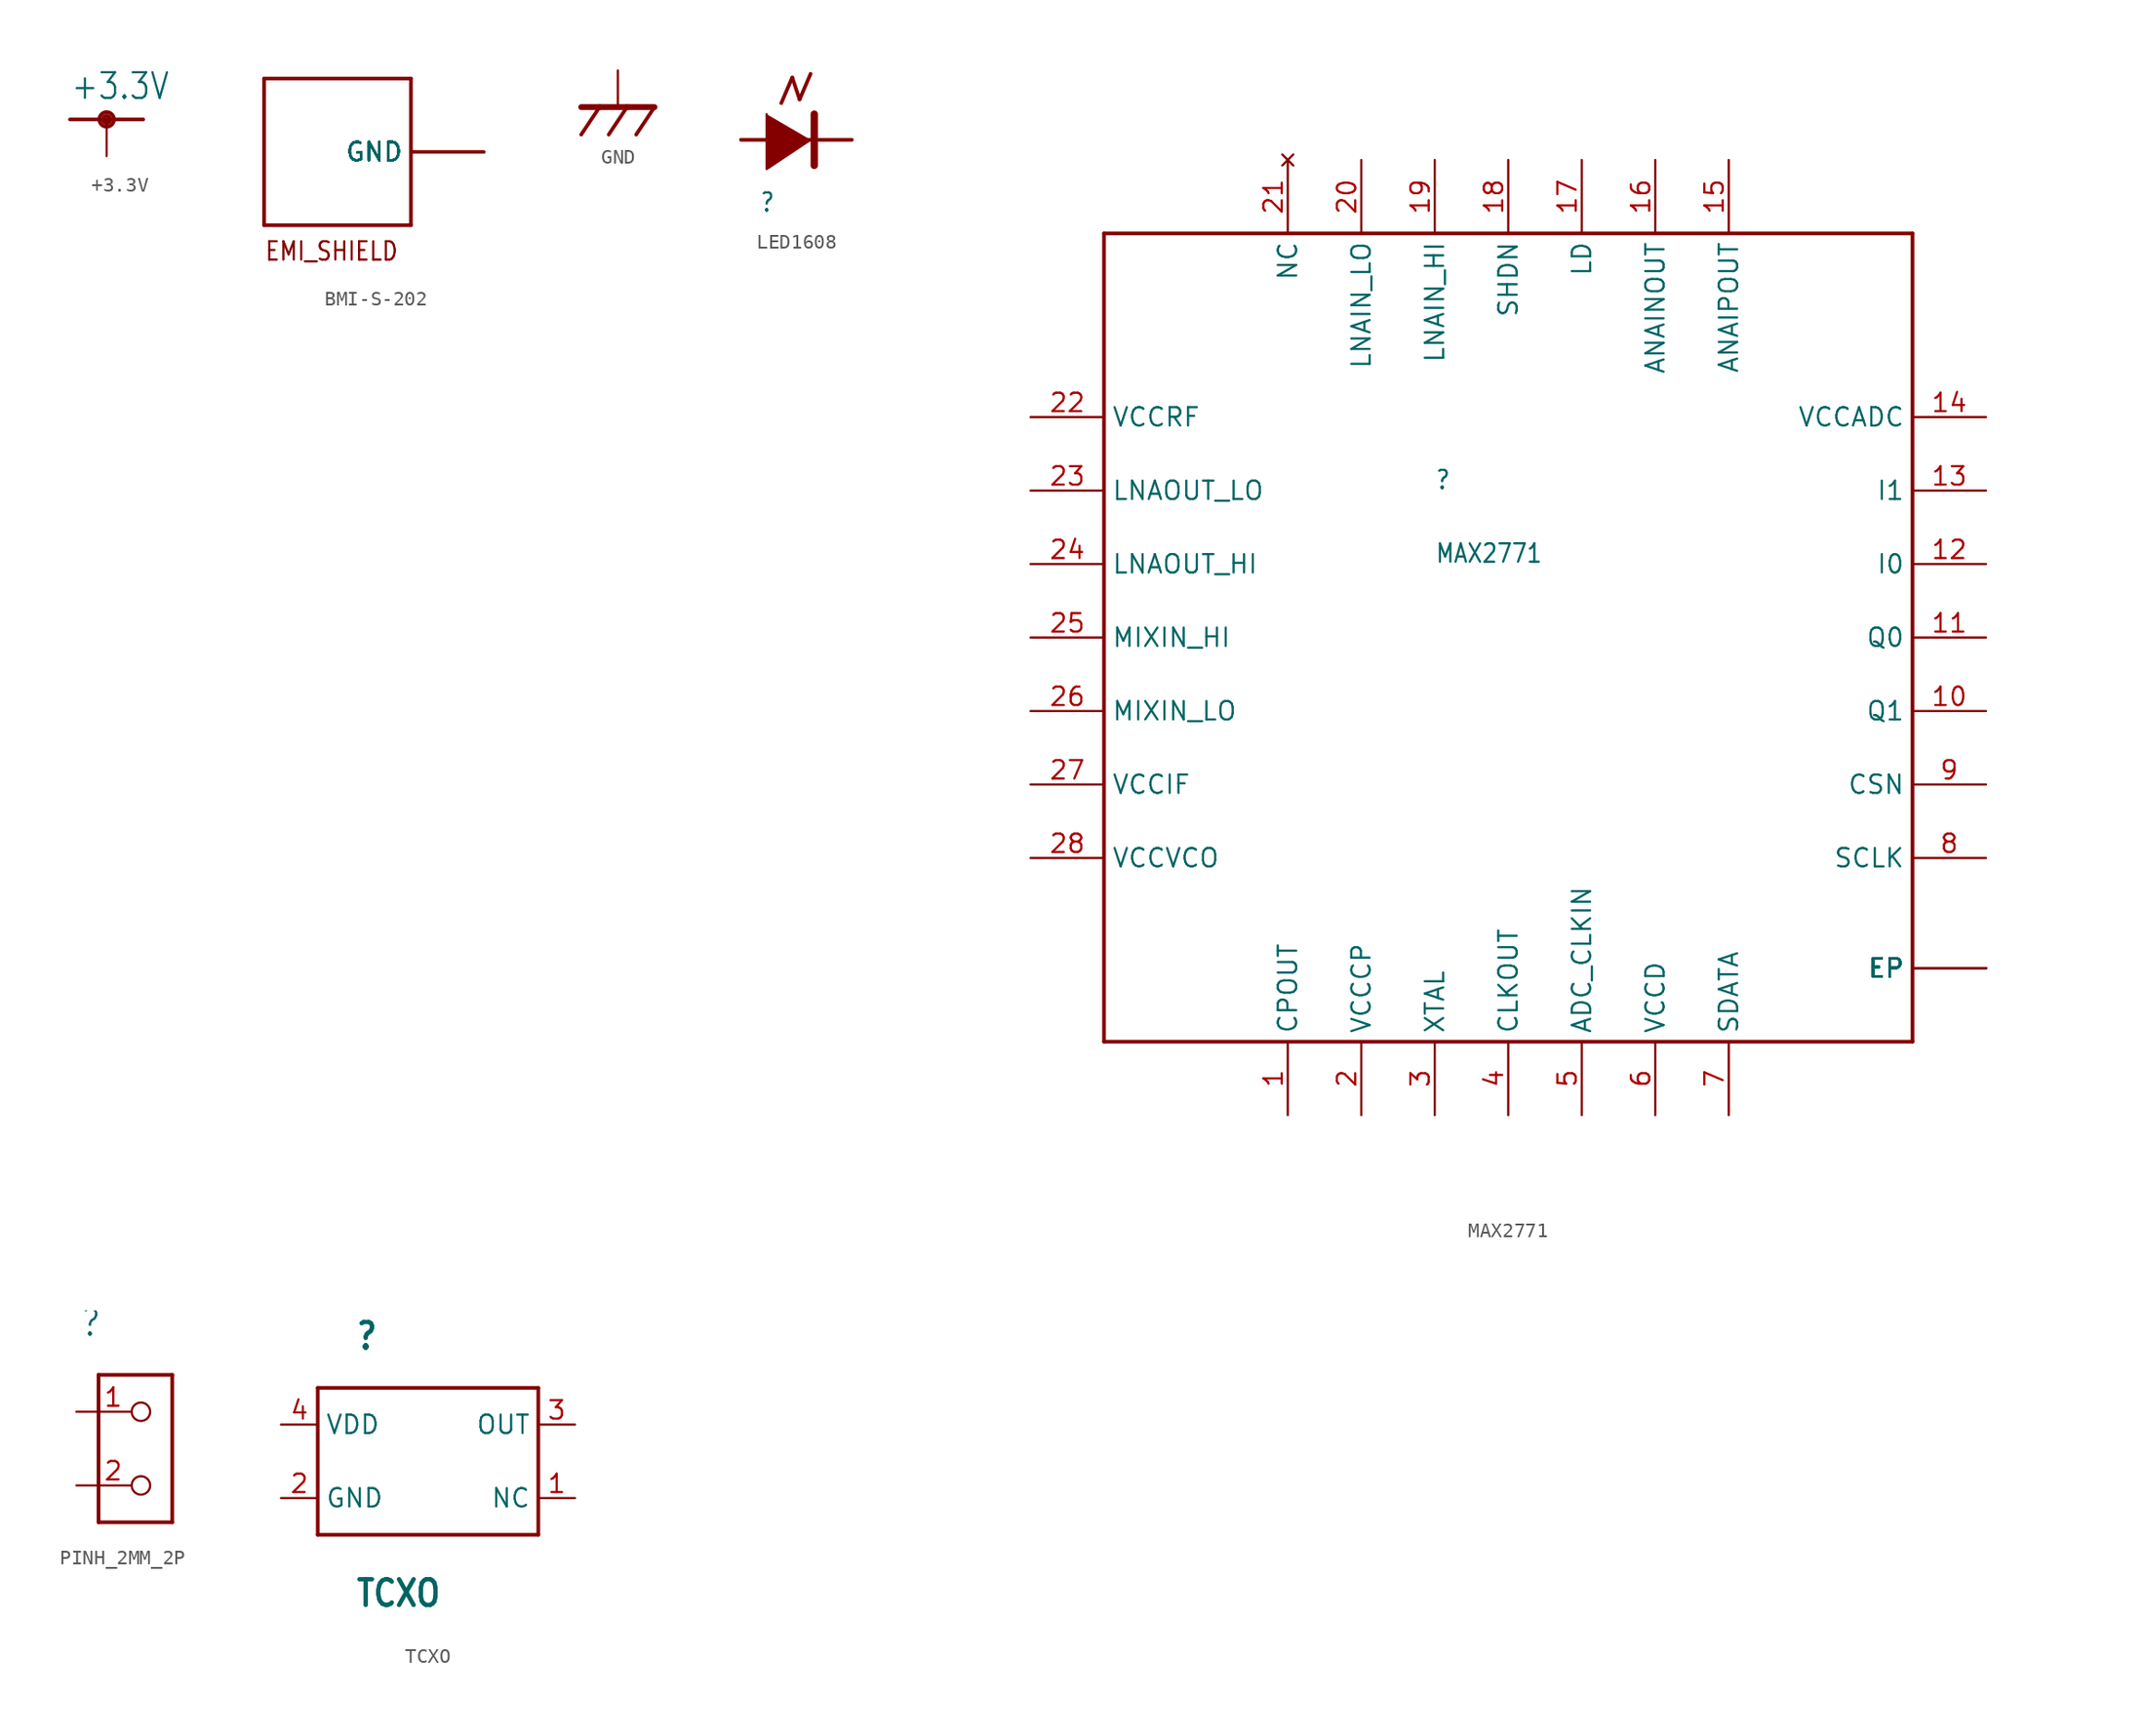
<source format=kicad_sym>
(kicad_symbol_lib
  (version 20211014)
  (generator kicad_symbol_editor)
  (symbol "+3.3V"
    (power)
    (property "Reference" ""
      (at 0 0 0)
      (effects (font (size 1.27 1.27)) hide))
    (property "Value" "+3.3V"
      (at -2.54 1.27 0)
      (effects (font (size 1.778 1.511)) (justify left bottom)))
    (property "ki_locked" ""
      (at 0 0 0)
      (effects (font (size 1.27 1.27))))
    (symbol "+3.3V_1_0"
      (polyline (pts (xy -2.54 0) (xy 2.54 0)) (stroke (width 0.254) (type default) (color 0 0 0 0)) (fill (type none)))
      (circle (center 0 0) (radius 0.254) (stroke (width 0.254) (type default) (color 0 0 0 0)) (fill (type none)))
      (circle (center 0 0) (radius 0.508) (stroke (width 0.254) (type default) (color 0 0 0 0)) (fill (type none)))
      (pin power_in line (at 0 -2.54 90) (length 2.54) (name "+3.3V" (effects (font (size 0 0)))) (number "1" (effects (font (size 0 0)))))))
  (symbol "BMI-S-202"
    (property "Reference" ""
      (at 0 0 0)
      (effects (font (size 1.27 1.27)) hide))
    (property "ki_locked" ""
      (at 0 0 0)
      (effects (font (size 1.27 1.27))))
    (symbol "BMI-S-202_1_0"
      (polyline (pts (xy -5.08 -5.08) (xy 5.08 -5.08)) (stroke (width 0.254) (type default) (color 0 0 0 0)) (fill (type none)))
      (polyline (pts (xy -5.08 5.08) (xy -5.08 -5.08)) (stroke (width 0.254) (type default) (color 0 0 0 0)) (fill (type none)))
      (polyline (pts (xy 5.08 -5.08) (xy 5.08 5.08)) (stroke (width 0.254) (type default) (color 0 0 0 0)) (fill (type none)))
      (polyline (pts (xy 5.08 5.08) (xy -5.08 5.08)) (stroke (width 0.254) (type default) (color 0 0 0 0)) (fill (type none)))
      (text "EMI_SHIELD" (at -5.08 -7.62 0) (effects (font (size 1.27 1.079)) (justify left bottom)))
      (pin bidirectional line (at 10.16 0 180) (length 5.08) (name "GND" (effects (font (size 1.27 1.27)))) (number "P1" (effects (font (size 0 0)))))
      (pin bidirectional line (at 10.16 0 180) (length 5.08) (name "GND" (effects (font (size 1.27 1.27)))) (number "P10" (effects (font (size 0 0)))))
      (pin bidirectional line (at 10.16 0 180) (length 5.08) (name "GND" (effects (font (size 1.27 1.27)))) (number "P11" (effects (font (size 0 0)))))
      (pin bidirectional line (at 10.16 0 180) (length 5.08) (name "GND" (effects (font (size 1.27 1.27)))) (number "P12" (effects (font (size 0 0)))))
      (pin bidirectional line (at 10.16 0 180) (length 5.08) (name "GND" (effects (font (size 1.27 1.27)))) (number "P2" (effects (font (size 0 0)))))
      (pin bidirectional line (at 10.16 0 180) (length 5.08) (name "GND" (effects (font (size 1.27 1.27)))) (number "P3" (effects (font (size 0 0)))))
      (pin bidirectional line (at 10.16 0 180) (length 5.08) (name "GND" (effects (font (size 1.27 1.27)))) (number "P4" (effects (font (size 0 0)))))
      (pin bidirectional line (at 10.16 0 180) (length 5.08) (name "GND" (effects (font (size 1.27 1.27)))) (number "P5" (effects (font (size 0 0)))))
      (pin bidirectional line (at 10.16 0 180) (length 5.08) (name "GND" (effects (font (size 1.27 1.27)))) (number "P6" (effects (font (size 0 0)))))
      (pin bidirectional line (at 10.16 0 180) (length 5.08) (name "GND" (effects (font (size 1.27 1.27)))) (number "P7" (effects (font (size 0 0)))))
      (pin bidirectional line (at 10.16 0 180) (length 5.08) (name "GND" (effects (font (size 1.27 1.27)))) (number "P8" (effects (font (size 0 0)))))
      (pin bidirectional line (at 10.16 0 180) (length 5.08) (name "GND" (effects (font (size 1.27 1.27)))) (number "P9" (effects (font (size 0 0)))))))
  (symbol "GND"
    (power)
    (property "Reference" ""
      (at 0 0 0)
      (effects (font (size 1.27 1.27)) hide))
    (property "ki_locked" ""
      (at 0 0 0)
      (effects (font (size 1.27 1.27))))
    (symbol "GND_1_0"
      (polyline (pts (xy -2.54 -2.54) (xy -1.27 -2.54)) (stroke (width 0.406) (type default) (color 0 0 0 0)) (fill (type none)))
      (polyline (pts (xy -1.27 -2.54) (xy -2.54 -4.445)) (stroke (width 0.254) (type default) (color 0 0 0 0)) (fill (type none)))
      (polyline (pts (xy 0.635 -2.54) (xy -1.27 -2.54)) (stroke (width 0.406) (type default) (color 0 0 0 0)) (fill (type none)))
      (polyline (pts (xy 0.635 -2.54) (xy -0.635 -4.445)) (stroke (width 0.254) (type default) (color 0 0 0 0)) (fill (type none)))
      (polyline (pts (xy 0.635 -2.54) (xy 2.54 -2.54)) (stroke (width 0.406) (type default) (color 0 0 0 0)) (fill (type none)))
      (polyline (pts (xy 2.54 -2.54) (xy 1.27 -4.445)) (stroke (width 0.254) (type default) (color 0 0 0 0)) (fill (type none)))
      (pin power_in line (at 0 0 270) (length 2.54) (name "GND" (effects (font (size 0 0)))) (number "1" (effects (font (size 0 0)))))))
  (symbol "LED1608"
    (property "Reference" ""
      (at -1.27 -5.08 0)
      (effects (font (size 1.27 1.079)) (justify left bottom)))
    (property "ki_locked" ""
      (at 0 0 0)
      (effects (font (size 1.27 1.27))))
    (symbol "LED1608_1_0"
      (polyline (pts (xy -2.54 0) (xy 5.144 0)) (stroke (width 0.254) (type default) (color 0 0 0 0)) (fill (type none)))
      (polyline (pts (xy 0.254 2.54) (xy 1.016 4.318)) (stroke (width 0.254) (type default) (color 0 0 0 0)) (fill (type none)))
      (polyline (pts (xy 1.016 4.318) (xy 1.524 2.794)) (stroke (width 0.254) (type default) (color 0 0 0 0)) (fill (type none)))
      (polyline (pts (xy 1.524 2.794) (xy 2.286 4.572)) (stroke (width 0.254) (type default) (color 0 0 0 0)) (fill (type none)))
      (polyline (pts (xy 2.54 1.778) (xy 2.54 -1.778)) (stroke (width 0.508) (type default) (color 0 0 0 0)) (fill (type none)))
      (polyline (pts (xy -0.762 1.778) (xy -0.762 -2.032) (xy 2.286 0)) (stroke (width 0) (type default) (color 0 0 0 0)) (fill (type outline)))
      (pin passive line (at -2.54 0 0) (length 0) (name "+" (effects (font (size 0 0)))) (number "1" (effects (font (size 0 0)))))
      (pin passive line (at 5.08 0 0) (length 0) (name "P$2" (effects (font (size 0 0)))) (number "2" (effects (font (size 0 0)))))))
  (symbol "MAX2771"
    (property "Reference" ""
      (at -5.08 10.16 0)
      (effects (font (size 1.27 1.079)) (justify left bottom)))
    (property "Value" "MAX2771"
      (at -5.08 5.08 0)
      (effects (font (size 1.27 1.079)) (justify left bottom)))
    (property "ki_locked" ""
      (at 0 0 0)
      (effects (font (size 1.27 1.27))))
    (symbol "MAX2771_1_0"
      (polyline (pts (xy -27.94 -27.94) (xy 27.94 -27.94)) (stroke (width 0.254) (type default) (color 0 0 0 0)) (fill (type none)))
      (polyline (pts (xy -27.94 27.94) (xy -27.94 -27.94)) (stroke (width 0.254) (type default) (color 0 0 0 0)) (fill (type none)))
      (polyline (pts (xy 27.94 -27.94) (xy 27.94 27.94)) (stroke (width 0.254) (type default) (color 0 0 0 0)) (fill (type none)))
      (polyline (pts (xy 27.94 27.94) (xy -27.94 27.94)) (stroke (width 0.254) (type default) (color 0 0 0 0)) (fill (type none)))
      (pin bidirectional line (at -15.24 -33.02 90) (length 5.08) (name "CPOUT" (effects (font (size 1.27 1.27)))) (number "1" (effects (font (size 1.27 1.27)))))
      (pin output line (at 33.02 -5.08 180) (length 5.08) (name "Q1" (effects (font (size 1.27 1.27)))) (number "10" (effects (font (size 1.27 1.27)))))
      (pin output line (at 33.02 0 180) (length 5.08) (name "Q0" (effects (font (size 1.27 1.27)))) (number "11" (effects (font (size 1.27 1.27)))))
      (pin output line (at 33.02 5.08 180) (length 5.08) (name "I0" (effects (font (size 1.27 1.27)))) (number "12" (effects (font (size 1.27 1.27)))))
      (pin output line (at 33.02 10.16 180) (length 5.08) (name "I1" (effects (font (size 1.27 1.27)))) (number "13" (effects (font (size 1.27 1.27)))))
      (pin power_in line (at 33.02 15.24 180) (length 5.08) (name "VCCADC" (effects (font (size 1.27 1.27)))) (number "14" (effects (font (size 1.27 1.27)))))
      (pin bidirectional line (at 15.24 33.02 270) (length 5.08) (name "ANAIPOUT" (effects (font (size 1.27 1.27)))) (number "15" (effects (font (size 1.27 1.27)))))
      (pin bidirectional line (at 10.16 33.02 270) (length 5.08) (name "ANAINOUT" (effects (font (size 1.27 1.27)))) (number "16" (effects (font (size 1.27 1.27)))))
      (pin output line (at 5.08 33.02 270) (length 5.08) (name "LD" (effects (font (size 1.27 1.27)))) (number "17" (effects (font (size 1.27 1.27)))))
      (pin bidirectional line (at 0 33.02 270) (length 5.08) (name "SHDN" (effects (font (size 1.27 1.27)))) (number "18" (effects (font (size 1.27 1.27)))))
      (pin bidirectional line (at -5.08 33.02 270) (length 5.08) (name "LNAIN_HI" (effects (font (size 1.27 1.27)))) (number "19" (effects (font (size 1.27 1.27)))))
      (pin power_in line (at -10.16 -33.02 90) (length 5.08) (name "VCCCP" (effects (font (size 1.27 1.27)))) (number "2" (effects (font (size 1.27 1.27)))))
      (pin bidirectional line (at -10.16 33.02 270) (length 5.08) (name "LNAIN_LO" (effects (font (size 1.27 1.27)))) (number "20" (effects (font (size 1.27 1.27)))))
      (pin no_connect line (at -15.24 33.02 270) (length 5.08) (name "NC" (effects (font (size 1.27 1.27)))) (number "21" (effects (font (size 1.27 1.27)))))
      (pin power_in line (at -33.02 15.24 0) (length 5.08) (name "VCCRF" (effects (font (size 1.27 1.27)))) (number "22" (effects (font (size 1.27 1.27)))))
      (pin output line (at -33.02 10.16 0) (length 5.08) (name "LNAOUT_LO" (effects (font (size 1.27 1.27)))) (number "23" (effects (font (size 1.27 1.27)))))
      (pin output line (at -33.02 5.08 0) (length 5.08) (name "LNAOUT_HI" (effects (font (size 1.27 1.27)))) (number "24" (effects (font (size 1.27 1.27)))))
      (pin input line (at -33.02 0 0) (length 5.08) (name "MIXIN_HI" (effects (font (size 1.27 1.27)))) (number "25" (effects (font (size 1.27 1.27)))))
      (pin input line (at -33.02 -5.08 0) (length 5.08) (name "MIXIN_LO" (effects (font (size 1.27 1.27)))) (number "26" (effects (font (size 1.27 1.27)))))
      (pin power_in line (at -33.02 -10.16 0) (length 5.08) (name "VCCIF" (effects (font (size 1.27 1.27)))) (number "27" (effects (font (size 1.27 1.27)))))
      (pin power_in line (at -33.02 -15.24 0) (length 5.08) (name "VCCVCO" (effects (font (size 1.27 1.27)))) (number "28" (effects (font (size 1.27 1.27)))))
      (pin bidirectional line (at -5.08 -33.02 90) (length 5.08) (name "XTAL" (effects (font (size 1.27 1.27)))) (number "3" (effects (font (size 1.27 1.27)))))
      (pin bidirectional line (at 0 -33.02 90) (length 5.08) (name "CLKOUT" (effects (font (size 1.27 1.27)))) (number "4" (effects (font (size 1.27 1.27)))))
      (pin bidirectional line (at 5.08 -33.02 90) (length 5.08) (name "ADC_CLKIN" (effects (font (size 1.27 1.27)))) (number "5" (effects (font (size 1.27 1.27)))))
      (pin power_in line (at 10.16 -33.02 90) (length 5.08) (name "VCCD" (effects (font (size 1.27 1.27)))) (number "6" (effects (font (size 1.27 1.27)))))
      (pin bidirectional line (at 15.24 -33.02 90) (length 5.08) (name "SDATA" (effects (font (size 1.27 1.27)))) (number "7" (effects (font (size 1.27 1.27)))))
      (pin input line (at 33.02 -15.24 180) (length 5.08) (name "SCLK" (effects (font (size 1.27 1.27)))) (number "8" (effects (font (size 1.27 1.27)))))
      (pin input line (at 33.02 -10.16 180) (length 5.08) (name "CSN" (effects (font (size 1.27 1.27)))) (number "9" (effects (font (size 1.27 1.27)))))
      (pin power_in line (at 33.02 -22.86 180) (length 5.08) (name "EP" (effects (font (size 1.27 1.27)))) (number "C1" (effects (font (size 0 0)))))
      (pin power_in line (at 33.02 -22.86 180) (length 5.08) (name "EP" (effects (font (size 1.27 1.27)))) (number "C2" (effects (font (size 0 0)))))
      (pin power_in line (at 33.02 -22.86 180) (length 5.08) (name "EP" (effects (font (size 1.27 1.27)))) (number "C3" (effects (font (size 0 0)))))
      (pin power_in line (at 33.02 -22.86 180) (length 5.08) (name "EP" (effects (font (size 1.27 1.27)))) (number "C4" (effects (font (size 0 0)))))
      (pin power_in line (at 33.02 -22.86 180) (length 5.08) (name "EP" (effects (font (size 1.27 1.27)))) (number "EP" (effects (font (size 0 0)))))
      (pin power_in line (at 33.02 -22.86 180) (length 5.08) (name "EP" (effects (font (size 1.27 1.27)))) (number "V1" (effects (font (size 0 0)))))
      (pin power_in line (at 33.02 -22.86 180) (length 5.08) (name "EP" (effects (font (size 1.27 1.27)))) (number "V2" (effects (font (size 0 0)))))
      (pin power_in line (at 33.02 -22.86 180) (length 5.08) (name "EP" (effects (font (size 1.27 1.27)))) (number "V3" (effects (font (size 0 0)))))
      (pin power_in line (at 33.02 -22.86 180) (length 5.08) (name "EP" (effects (font (size 1.27 1.27)))) (number "V4" (effects (font (size 0 0)))))
      (pin power_in line (at 33.02 -22.86 180) (length 5.08) (name "EP" (effects (font (size 1.27 1.27)))) (number "V5" (effects (font (size 0 0)))))
      (pin power_in line (at 33.02 -22.86 180) (length 5.08) (name "EP" (effects (font (size 1.27 1.27)))) (number "V6" (effects (font (size 0 0)))))
      (pin power_in line (at 33.02 -22.86 180) (length 5.08) (name "EP" (effects (font (size 1.27 1.27)))) (number "V7" (effects (font (size 0 0)))))
      (pin power_in line (at 33.02 -22.86 180) (length 5.08) (name "EP" (effects (font (size 1.27 1.27)))) (number "V8" (effects (font (size 0 0)))))
      (pin power_in line (at 33.02 -22.86 180) (length 5.08) (name "EP" (effects (font (size 1.27 1.27)))) (number "V9" (effects (font (size 0 0)))))))
  (symbol "PINH_2MM_2P"
    (property "Reference" ""
      (at -3.81 7.62 0)
      (effects (font (size 1.778 1.511)) (justify left bottom)))
    (property "ki_locked" ""
      (at 0 0 0)
      (effects (font (size 1.27 1.27))))
    (symbol "PINH_2MM_2P_1_0"
      (polyline (pts (xy -2.54 -5.08) (xy -2.54 5.08)) (stroke (width 0.254) (type default) (color 0 0 0 0)) (fill (type none)))
      (polyline (pts (xy -2.54 5.08) (xy 2.54 5.08)) (stroke (width 0.254) (type default) (color 0 0 0 0)) (fill (type none)))
      (polyline (pts (xy 2.54 -5.08) (xy -2.54 -5.08)) (stroke (width 0.254) (type default) (color 0 0 0 0)) (fill (type none)))
      (polyline (pts (xy 2.54 5.08) (xy 2.54 -5.08)) (stroke (width 0.254) (type default) (color 0 0 0 0)) (fill (type none)))
      (pin bidirectional inverted (at -4.064 2.54 0) (length 5.08) (name "P1" (effects (font (size 0 0)))) (number "1" (effects (font (size 1.27 1.27)))))
      (pin bidirectional inverted (at -4.064 -2.54 0) (length 5.08) (name "P2" (effects (font (size 0 0)))) (number "2" (effects (font (size 1.27 1.27)))))))
  (symbol "TCXO"
    (property "Reference" ""
      (at -5.08 7.62 0)
      (effects (font (size 1.778 1.511) bold) (justify left bottom)))
    (property "Value" "TCXO"
      (at -5.08 -10.16 0)
      (effects (font (size 1.778 1.511) bold) (justify left bottom)))
    (property "ki_locked" ""
      (at 0 0 0)
      (effects (font (size 1.27 1.27))))
    (symbol "TCXO_1_0"
      (polyline (pts (xy -7.62 -5.08) (xy 7.62 -5.08)) (stroke (width 0.254) (type default) (color 0 0 0 0)) (fill (type none)))
      (polyline (pts (xy -7.62 5.08) (xy -7.62 -5.08)) (stroke (width 0.254) (type default) (color 0 0 0 0)) (fill (type none)))
      (polyline (pts (xy 7.62 -5.08) (xy 7.62 5.08)) (stroke (width 0.254) (type default) (color 0 0 0 0)) (fill (type none)))
      (polyline (pts (xy 7.62 5.08) (xy -7.62 5.08)) (stroke (width 0.254) (type default) (color 0 0 0 0)) (fill (type none)))
      (pin bidirectional line (at 10.16 -2.54 180) (length 2.54) (name "NC" (effects (font (size 1.27 1.27)))) (number "1" (effects (font (size 1.27 1.27)))))
      (pin bidirectional line (at -10.16 -2.54 0) (length 2.54) (name "GND" (effects (font (size 1.27 1.27)))) (number "2" (effects (font (size 1.27 1.27)))))
      (pin bidirectional line (at 10.16 2.54 180) (length 2.54) (name "OUT" (effects (font (size 1.27 1.27)))) (number "3" (effects (font (size 1.27 1.27)))))
      (pin bidirectional line (at -10.16 2.54 0) (length 2.54) (name "VDD" (effects (font (size 1.27 1.27)))) (number "4" (effects (font (size 1.27 1.27))))))))
</source>
